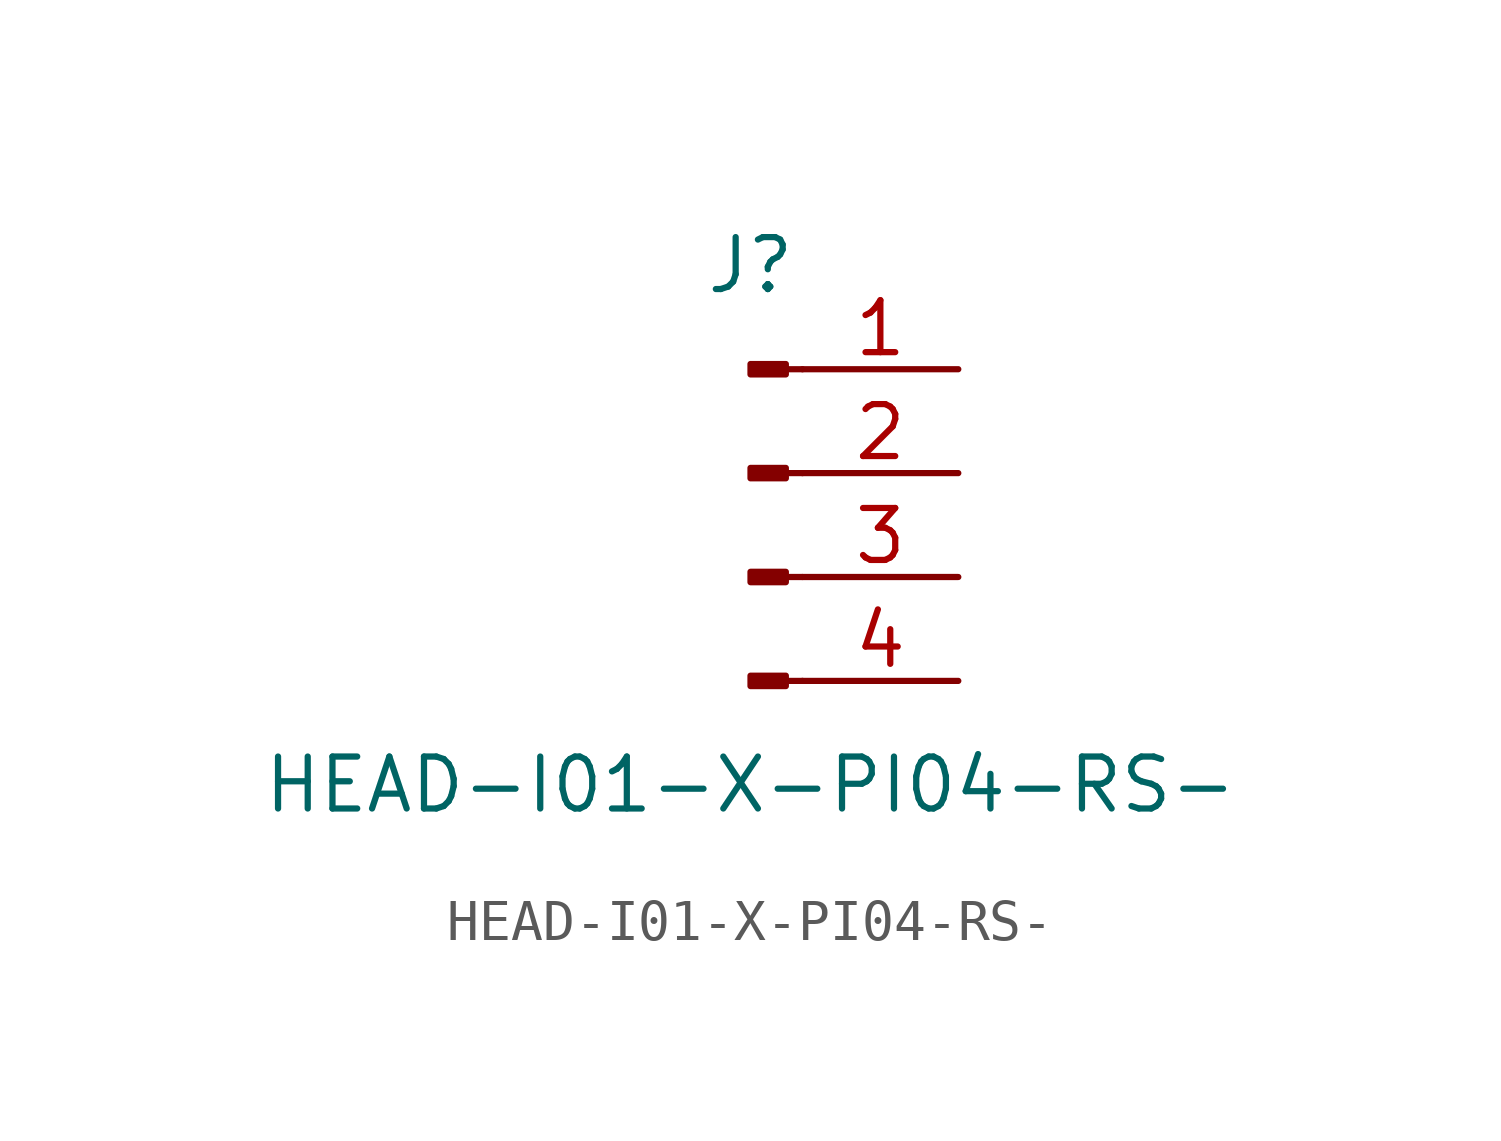
<source format=kicad_sym>
(kicad_symbol_lib
  (version 20211014)
  (generator kicad_symbol_editor)
  (symbol "HEAD-I01-X-PI04-RS-"
    (pin_names
      (offset 1.016) hide)
    (property "Reference" "J"
      (at 0 5.08 0)
      (effects (font (size 1.27 1.27))))
    (property "Value" "HEAD-I01-X-PI04-RS-"
      (at 0 -7.62 0)
      (effects (font (size 1.27 1.27))))
    (symbol "HEAD-I01-X-PI04-RS-_1_1"
      (polyline (pts (xy 1.27 -5.08) (xy 0.864 -5.08)) (stroke (width 0.152) (type default) (color 0 0 0 0)) (fill (type none)))
      (polyline (pts (xy 1.27 -2.54) (xy 0.864 -2.54)) (stroke (width 0.152) (type default) (color 0 0 0 0)) (fill (type none)))
      (polyline (pts (xy 1.27 0) (xy 0.864 0)) (stroke (width 0.152) (type default) (color 0 0 0 0)) (fill (type none)))
      (polyline (pts (xy 1.27 2.54) (xy 0.864 2.54)) (stroke (width 0.152) (type default) (color 0 0 0 0)) (fill (type none)))
      (rectangle (start 0.864 -4.953) (end 0 -5.207) (stroke (width 0.152) (type default) (color 0 0 0 0)) (fill (type outline)))
      (rectangle (start 0.864 -2.413) (end 0 -2.667) (stroke (width 0.152) (type default) (color 0 0 0 0)) (fill (type outline)))
      (rectangle (start 0.864 0.127) (end 0 -0.127) (stroke (width 0.152) (type default) (color 0 0 0 0)) (fill (type outline)))
      (rectangle (start 0.864 2.667) (end 0 2.413) (stroke (width 0.152) (type default) (color 0 0 0 0)) (fill (type outline)))
      (pin passive line (at 5.08 2.54 180) (length 3.81) (name "Pin_1" (effects (font (size 1.27 1.27)))) (number "1" (effects (font (size 1.27 1.27)))))
      (pin passive line (at 5.08 0 180) (length 3.81) (name "Pin_2" (effects (font (size 1.27 1.27)))) (number "2" (effects (font (size 1.27 1.27)))))
      (pin passive line (at 5.08 -2.54 180) (length 3.81) (name "Pin_3" (effects (font (size 1.27 1.27)))) (number "3" (effects (font (size 1.27 1.27)))))
      (pin passive line (at 5.08 -5.08 180) (length 3.81) (name "Pin_4" (effects (font (size 1.27 1.27)))) (number "4" (effects (font (size 1.27 1.27))))))))
</source>
